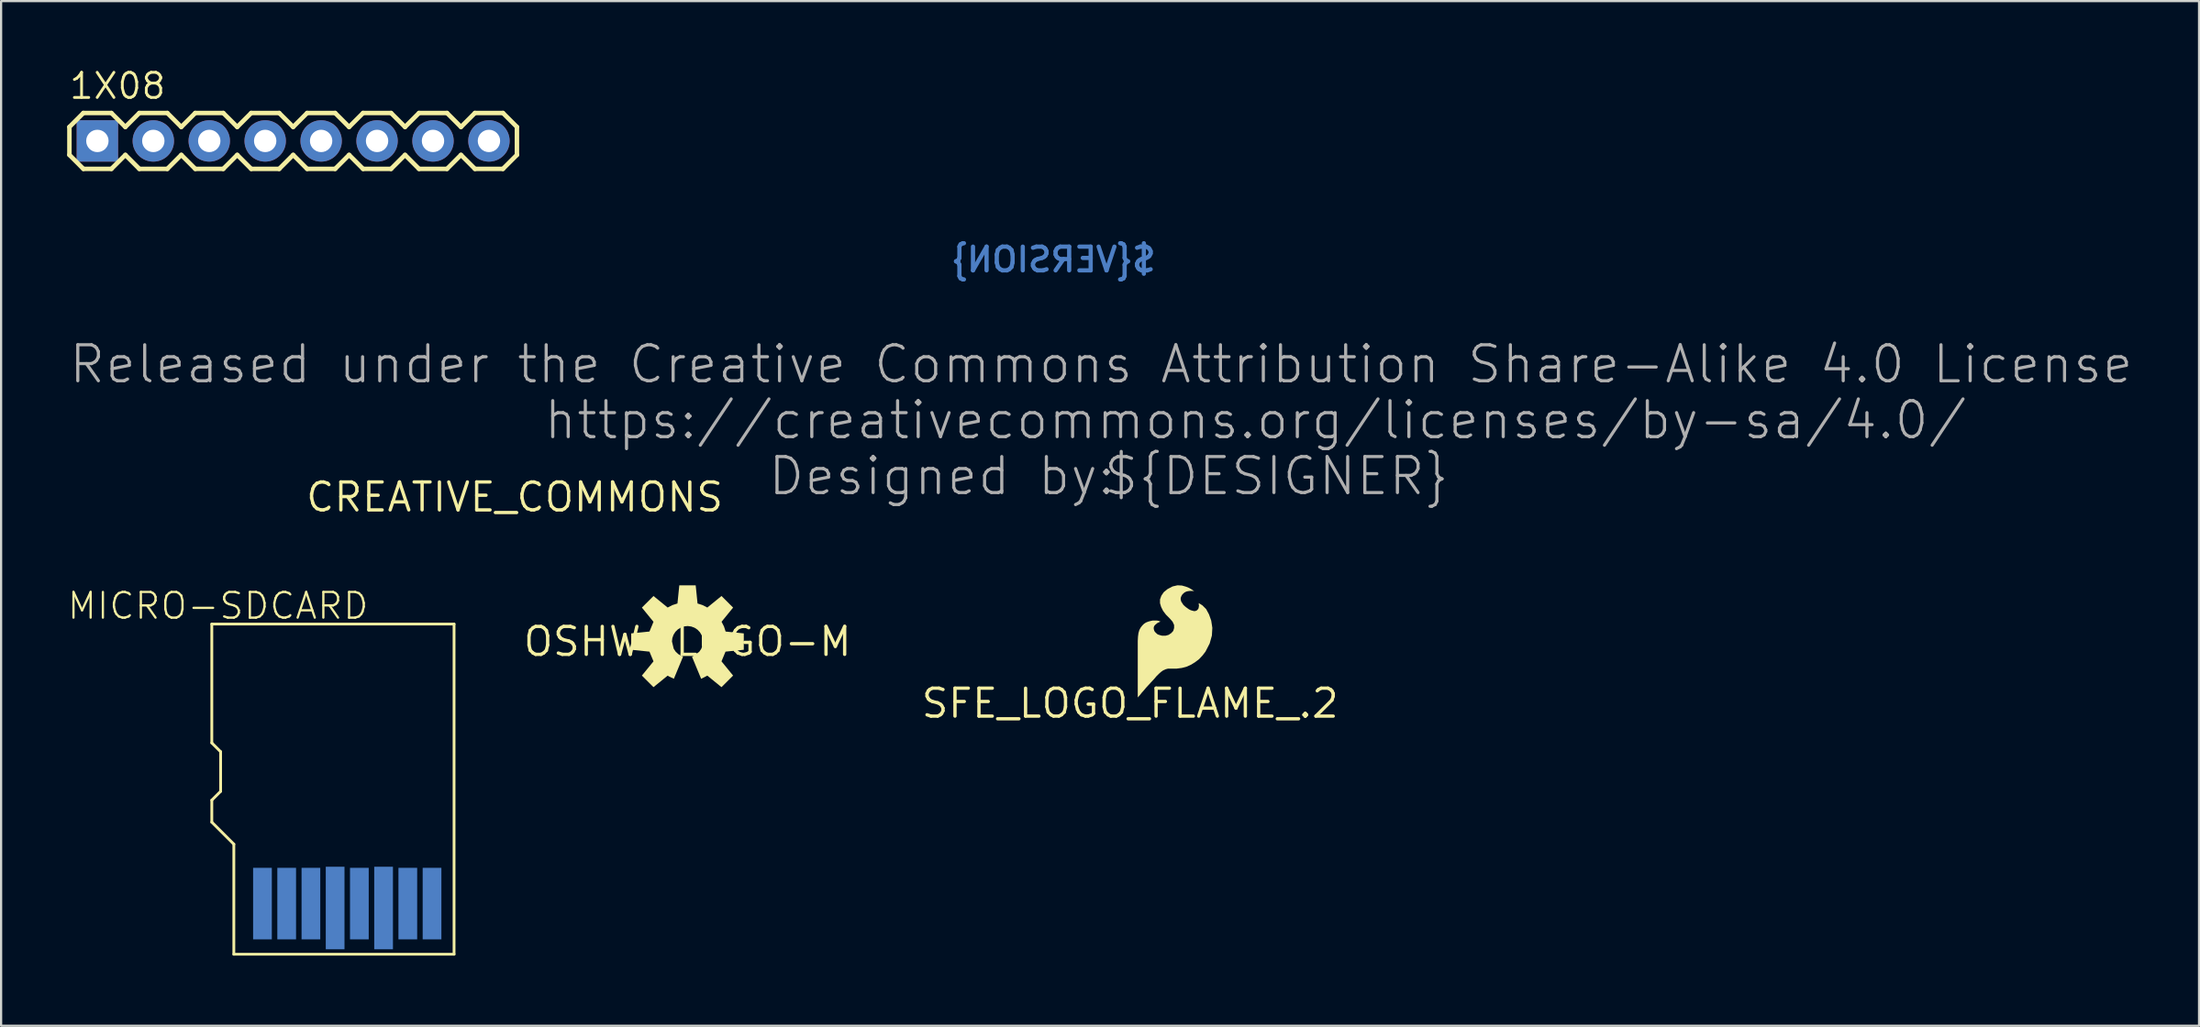
<source format=kicad_pcb>
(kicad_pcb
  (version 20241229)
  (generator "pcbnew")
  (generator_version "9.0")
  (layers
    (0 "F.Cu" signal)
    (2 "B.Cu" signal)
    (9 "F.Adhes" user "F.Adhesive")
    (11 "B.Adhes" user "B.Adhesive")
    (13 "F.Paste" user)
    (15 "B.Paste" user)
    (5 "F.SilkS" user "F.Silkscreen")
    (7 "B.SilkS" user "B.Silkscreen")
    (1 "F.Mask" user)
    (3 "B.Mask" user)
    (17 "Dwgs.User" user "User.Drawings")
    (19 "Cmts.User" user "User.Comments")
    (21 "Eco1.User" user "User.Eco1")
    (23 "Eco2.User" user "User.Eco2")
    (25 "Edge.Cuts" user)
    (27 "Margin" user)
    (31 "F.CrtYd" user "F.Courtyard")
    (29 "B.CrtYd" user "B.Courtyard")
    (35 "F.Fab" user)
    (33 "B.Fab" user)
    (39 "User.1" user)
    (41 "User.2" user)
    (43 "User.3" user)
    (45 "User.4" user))
  (footprint "SFE_LOGO_FLAME_.2"
    (layer "F.Cu")
    (at 48.267 28.904)
    (property "Reference" "SFE_LOGO_FLAME_.2" (at 0 0 0) (layer "F.SilkS") (effects (font (size 1.27 1.27) (thickness 0.15))))
    (fp_poly (pts (xy 2.35 -5.353) (xy 2.531 -5.302) (xy 2.681 -5.242) (xy 2.801 -5.172) (xy 2.871 -5.122) (xy 2.908 -5.097) (xy 2.89 -5.097) (xy 2.85 -5.107) (xy 2.72 -5.107) (xy 2.63 -5.097) (xy 2.551 -5.078) (xy 2.471 -5.038) (xy 2.392 -4.968) (xy 2.352 -4.919) (xy 2.322 -4.859) (xy 2.302 -4.809) (xy 2.293 -4.75) (xy 2.302 -4.691) (xy 2.322 -4.621) (xy 2.362 -4.561) (xy 2.412 -4.482) (xy 2.462 -4.432) (xy 2.532 -4.372) (xy 2.601 -4.322) (xy 2.671 -4.272) (xy 2.751 -4.232) (xy 2.821 -4.212) (xy 2.89 -4.193) (xy 2.959 -4.193) (xy 3.029 -4.222) (xy 3.078 -4.272) (xy 3.108 -4.321) (xy 3.117 -4.38) (xy 3.127 -4.44) (xy 3.117 -4.49) (xy 3.117 -4.555) (xy 3.282 -4.452) (xy 3.452 -4.282) (xy 3.582 -4.041) (xy 3.682 -3.761) (xy 3.733 -3.43) (xy 3.713 -3.08) (xy 3.612 -2.719) (xy 3.422 -2.349) (xy 3.282 -2.168) (xy 3.132 -2.008) (xy 2.961 -1.878) (xy 2.771 -1.758) (xy 2.571 -1.668) (xy 2.35 -1.608) (xy 2.11 -1.577) (xy 1.72 -1.577) (xy 1.611 -1.548) (xy 1.501 -1.498) (xy 1.402 -1.428) (xy 1.302 -1.338) (xy 1.192 -1.228) (xy 1.082 -1.098) (xy 0.952 -0.958) (xy 0.832 -0.828) (xy 0.722 -0.708) (xy 0.622 -0.588) (xy 0.532 -0.488) (xy 0.462 -0.398) (xy 0.402 -0.328) (xy 0.362 -0.288) (xy 0.347 -0.259) (xy 0.347 -2.84) (xy 0.357 -3.03) (xy 0.378 -3.191) (xy 0.418 -3.331) (xy 0.478 -3.441) (xy 0.548 -3.532) (xy 0.628 -3.612) (xy 0.719 -3.672) (xy 0.819 -3.712) (xy 0.929 -3.742) (xy 1.03 -3.763) (xy 1.21 -3.763) (xy 1.281 -3.752) (xy 1.331 -3.732) (xy 1.36 -3.723) (xy 1.376 -3.723) (xy 1.362 -3.708) (xy 1.341 -3.698) (xy 1.301 -3.678) (xy 1.251 -3.658) (xy 1.212 -3.628) (xy 1.162 -3.588) (xy 1.122 -3.548) (xy 1.092 -3.509) (xy 1.073 -3.45) (xy 1.073 -3.38) (xy 1.092 -3.311) (xy 1.122 -3.252) (xy 1.182 -3.192) (xy 1.251 -3.132) (xy 1.341 -3.102) (xy 1.45 -3.073) (xy 1.61 -3.073) (xy 1.749 -3.112) (xy 1.868 -3.192) (xy 1.958 -3.291) (xy 1.997 -3.42) (xy 1.997 -3.559) (xy 1.928 -3.709) (xy 1.798 -3.858) (xy 1.628 -4.028) (xy 1.498 -4.199) (xy 1.408 -4.379) (xy 1.357 -4.55) (xy 1.357 -4.72) (xy 1.418 -4.891) (xy 1.528 -5.052) (xy 1.699 -5.192) (xy 1.929 -5.312) (xy 2.15 -5.363)) (stroke (width 0) (type default)) (fill yes) (layer "F.SilkS")))
  (footprint "MICRO-SDCARD"
    (layer "F.Cu")
    (at 7.408 40.302)
    (property "Reference" "MICRO-SDCARD" (at 6.35 -16.51 0) (layer "F.SilkS") (effects (font (size 1.168 1.168) (thickness 0.102)) (justify right top)))
    (fp_line (start -0.84 -15) (end -0.84 -9.6) (stroke (width 0.127) (type solid)) (layer "F.SilkS"))
    (fp_line (start -0.84 -9.6) (end -0.44 -9.2) (stroke (width 0.127) (type solid)) (layer "F.SilkS"))
    (fp_line (start -0.84 -7) (end -0.84 -6) (stroke (width 0.127) (type solid)) (layer "F.SilkS"))
    (fp_line (start -0.84 -6) (end 0.16 -5) (stroke (width 0.127) (type solid)) (layer "F.SilkS"))
    (fp_line (start -0.44 -9.2) (end -0.44 -7.4) (stroke (width 0.127) (type solid)) (layer "F.SilkS"))
    (fp_line (start -0.44 -7.4) (end -0.84 -7) (stroke (width 0.127) (type solid)) (layer "F.SilkS"))
    (fp_line (start 0.16 -5) (end 0.16 0) (stroke (width 0.127) (type solid)) (layer "F.SilkS"))
    (fp_line (start 0.16 0) (end 10.16 0) (stroke (width 0.127) (type solid)) (layer "F.SilkS"))
    (fp_line (start 10.16 -15) (end -0.84 -15) (stroke (width 0.127) (type solid)) (layer "F.SilkS"))
    (fp_line (start 10.16 0) (end 10.16 -15) (stroke (width 0.127) (type solid)) (layer "F.SilkS"))
    (pad "CD/DAT3" smd rect (at 2.56 -2.3) (size 0.85 3.25) (layers "B.Cu" "B.Mask" "B.Paste"))
    (pad "CLK" smd rect (at 5.86 -2.3) (size 0.85 3.25) (layers "B.Cu" "B.Mask" "B.Paste"))
    (pad "CMD" smd rect (at 3.66 -2.3) (size 0.85 3.25) (layers "B.Cu" "B.Mask" "B.Paste"))
    (pad "DAT0" smd rect (at 8.06 -2.3) (size 0.85 3.25) (layers "B.Cu" "B.Mask" "B.Paste"))
    (pad "DAT1" smd rect (at 9.16 -2.3) (size 0.85 3.25) (layers "B.Cu" "B.Mask" "B.Paste"))
    (pad "DAT2" smd rect (at 1.46 -2.3) (size 0.85 3.25) (layers "B.Cu" "B.Mask" "B.Paste"))
    (pad "GND" smd rect (at 6.96 -2.1 180) (size 0.85 3.75) (layers "B.Cu" "B.Mask" "B.Paste"))
    (pad "VCC" smd rect (at 4.76 -2.1) (size 0.85 3.75) (layers "B.Cu" "B.Mask" "B.Paste")))
  (footprint "OSHW-LOGO-M"
    (layer "F.Cu")
    (at 28.168 26.098)
    (property "Reference" "OSHW-LOGO-M" (at 0 0 0) (layer "F.SilkS") (effects (font (size 1.27 1.27) (thickness 0.15))))
    (fp_poly (pts (xy 0.456 -1.731) (xy 0.687 -1.657) (xy 0.901 -1.547) (xy 1.544 -2.071) (xy 2.071 -1.544) (xy 1.547 -0.901) (xy 1.657 -0.687) (xy 1.731 -0.456) (xy 2.556 -0.372) (xy 2.556 0.372) (xy 1.727 0.457) (xy 1.544 0.898) (xy 2.071 1.544) (xy 1.544 2.071) (xy 0.901 1.547) (xy 0.62 1.692) (xy 0.207 0.695) (xy 0.532 0.464) (xy 0.621 0.336) (xy 0.68 0.187) (xy 0.705 0.029) (xy 0.694 -0.131) (xy 0.646 -0.284) (xy 0.566 -0.422) (xy 0.456 -0.539) (xy 0.323 -0.628) (xy 0.173 -0.684) (xy 0.015 -0.706) (xy -0.145 -0.691) (xy -0.297 -0.64) (xy -0.434 -0.557) (xy -0.548 -0.445) (xy -0.634 -0.31) (xy -0.688 -0.159) (xy -0.705 -0.005) (xy -0.626 0.324) (xy -0.537 0.458) (xy -0.415 0.571) (xy -0.204 0.689) (xy -0.618 1.689) (xy -0.821 1.595) (xy -0.903 1.548) (xy -1.544 2.071) (xy -2.071 1.544) (xy -1.544 0.898) (xy -1.727 0.457) (xy -2.556 0.372) (xy -2.556 -0.372) (xy -1.727 -0.457) (xy -1.544 -0.898) (xy -2.071 -1.544) (xy -1.544 -2.071) (xy -0.901 -1.547) (xy -0.687 -1.657) (xy -0.456 -1.731) (xy -0.372 -2.556) (xy 0.372 -2.556)) (stroke (width 0) (type default)) (fill yes) (layer "F.SilkS")))
  (footprint "CREATIVE_COMMONS"
    (layer "F.Cu")
    (at 20.32 19.535)
    (property "Reference" "CREATIVE_COMMONS" (at 0 0 0) (layer "F.SilkS") (effects (font (size 1.27 1.27) (thickness 0.15))))
    (fp_text user "${VERSION}" (at 29.21 -10.16 0) (layer "B.Cu") (effects (font (size 1.079 1.079) (thickness 0.191)) (justify left bottom mirror)))
    (fp_text user " https://creativecommons.org/licenses/by-sa/4.0/" (at 0 -2.54 0) (layer "F.Fab") (effects (font (size 1.636 1.636) (thickness 0.142)) (justify left bottom)))
    (fp_text user "Designed by:" (at 11.43 0 0) (layer "F.Fab") (effects (font (size 1.636 1.636) (thickness 0.142)) (justify left bottom)))
    (fp_text user "${DESIGNER}" (at 26.67 0 0) (layer "F.Fab") (effects (font (size 1.636 1.636) (thickness 0.142)) (justify left bottom)))
    (fp_text user "Released under the Creative Commons Attribution Share-Alike 4.0 License" (at -20.32 -5.08 0) (layer "F.Fab") (effects (font (size 1.636 1.636) (thickness 0.142)) (justify left bottom))))
  (footprint "1X08"
    (layer "F.Cu")
    (at 1.372 3.353)
    (property "Reference" "1X08" (at -1.346 -1.829 0) (layer "F.SilkS") (effects (font (size 1.143 1.143) (thickness 0.127)) (justify left bottom)))
    (fp_line (start -1.27 -0.635) (end -1.27 0.635) (stroke (width 0.203) (type solid)) (layer "F.SilkS"))
    (fp_line (start -1.27 0.635) (end -0.635 1.27) (stroke (width 0.203) (type solid)) (layer "F.SilkS"))
    (fp_line (start -0.635 -1.27) (end -1.27 -0.635) (stroke (width 0.203) (type solid)) (layer "F.SilkS"))
    (fp_line (start -0.635 -1.27) (end 0.635 -1.27) (stroke (width 0.203) (type solid)) (layer "F.SilkS"))
    (fp_line (start 0.635 -1.27) (end 1.27 -0.635) (stroke (width 0.203) (type solid)) (layer "F.SilkS"))
    (fp_line (start 0.635 1.27) (end -0.635 1.27) (stroke (width 0.203) (type solid)) (layer "F.SilkS"))
    (fp_line (start 1.27 -0.635) (end 1.905 -1.27) (stroke (width 0.203) (type solid)) (layer "F.SilkS"))
    (fp_line (start 1.27 0.635) (end 0.635 1.27) (stroke (width 0.203) (type solid)) (layer "F.SilkS"))
    (fp_line (start 1.905 -1.27) (end 3.175 -1.27) (stroke (width 0.203) (type solid)) (layer "F.SilkS"))
    (fp_line (start 1.905 1.27) (end 1.27 0.635) (stroke (width 0.203) (type solid)) (layer "F.SilkS"))
    (fp_line (start 3.175 -1.27) (end 3.81 -0.635) (stroke (width 0.203) (type solid)) (layer "F.SilkS"))
    (fp_line (start 3.175 1.27) (end 1.905 1.27) (stroke (width 0.203) (type solid)) (layer "F.SilkS"))
    (fp_line (start 3.81 -0.635) (end 4.445 -1.27) (stroke (width 0.203) (type solid)) (layer "F.SilkS"))
    (fp_line (start 3.81 0.635) (end 3.175 1.27) (stroke (width 0.203) (type solid)) (layer "F.SilkS"))
    (fp_line (start 4.445 -1.27) (end 5.715 -1.27) (stroke (width 0.203) (type solid)) (layer "F.SilkS"))
    (fp_line (start 4.445 1.27) (end 3.81 0.635) (stroke (width 0.203) (type solid)) (layer "F.SilkS"))
    (fp_line (start 5.715 -1.27) (end 6.35 -0.635) (stroke (width 0.203) (type solid)) (layer "F.SilkS"))
    (fp_line (start 5.715 1.27) (end 4.445 1.27) (stroke (width 0.203) (type solid)) (layer "F.SilkS"))
    (fp_line (start 6.35 0.635) (end 5.715 1.27) (stroke (width 0.203) (type solid)) (layer "F.SilkS"))
    (fp_line (start 6.35 0.635) (end 6.985 1.27) (stroke (width 0.203) (type solid)) (layer "F.SilkS"))
    (fp_line (start 6.985 -1.27) (end 6.35 -0.635) (stroke (width 0.203) (type solid)) (layer "F.SilkS"))
    (fp_line (start 6.985 -1.27) (end 8.255 -1.27) (stroke (width 0.203) (type solid)) (layer "F.SilkS"))
    (fp_line (start 8.255 -1.27) (end 8.89 -0.635) (stroke (width 0.203) (type solid)) (layer "F.SilkS"))
    (fp_line (start 8.255 1.27) (end 6.985 1.27) (stroke (width 0.203) (type solid)) (layer "F.SilkS"))
    (fp_line (start 8.89 -0.635) (end 9.525 -1.27) (stroke (width 0.203) (type solid)) (layer "F.SilkS"))
    (fp_line (start 8.89 0.635) (end 8.255 1.27) (stroke (width 0.203) (type solid)) (layer "F.SilkS"))
    (fp_line (start 9.525 -1.27) (end 10.795 -1.27) (stroke (width 0.203) (type solid)) (layer "F.SilkS"))
    (fp_line (start 9.525 1.27) (end 8.89 0.635) (stroke (width 0.203) (type solid)) (layer "F.SilkS"))
    (fp_line (start 10.795 -1.27) (end 11.43 -0.635) (stroke (width 0.203) (type solid)) (layer "F.SilkS"))
    (fp_line (start 10.795 1.27) (end 9.525 1.27) (stroke (width 0.203) (type solid)) (layer "F.SilkS"))
    (fp_line (start 11.43 -0.635) (end 12.065 -1.27) (stroke (width 0.203) (type solid)) (layer "F.SilkS"))
    (fp_line (start 11.43 0.635) (end 10.795 1.27) (stroke (width 0.203) (type solid)) (layer "F.SilkS"))
    (fp_line (start 12.065 -1.27) (end 13.335 -1.27) (stroke (width 0.203) (type solid)) (layer "F.SilkS"))
    (fp_line (start 12.065 1.27) (end 11.43 0.635) (stroke (width 0.203) (type solid)) (layer "F.SilkS"))
    (fp_line (start 13.335 -1.27) (end 13.97 -0.635) (stroke (width 0.203) (type solid)) (layer "F.SilkS"))
    (fp_line (start 13.335 1.27) (end 12.065 1.27) (stroke (width 0.203) (type solid)) (layer "F.SilkS"))
    (fp_line (start 13.97 0.635) (end 13.335 1.27) (stroke (width 0.203) (type solid)) (layer "F.SilkS"))
    (fp_line (start 13.97 0.635) (end 14.605 1.27) (stroke (width 0.203) (type solid)) (layer "F.SilkS"))
    (fp_line (start 14.605 -1.27) (end 13.97 -0.635) (stroke (width 0.203) (type solid)) (layer "F.SilkS"))
    (fp_line (start 14.605 -1.27) (end 15.875 -1.27) (stroke (width 0.203) (type solid)) (layer "F.SilkS"))
    (fp_line (start 15.875 -1.27) (end 16.51 -0.635) (stroke (width 0.203) (type solid)) (layer "F.SilkS"))
    (fp_line (start 15.875 1.27) (end 14.605 1.27) (stroke (width 0.203) (type solid)) (layer "F.SilkS"))
    (fp_line (start 16.51 0.635) (end 15.875 1.27) (stroke (width 0.203) (type solid)) (layer "F.SilkS"))
    (fp_line (start 16.51 0.635) (end 17.145 1.27) (stroke (width 0.203) (type solid)) (layer "F.SilkS"))
    (fp_line (start 17.145 -1.27) (end 16.51 -0.635) (stroke (width 0.203) (type solid)) (layer "F.SilkS"))
    (fp_line (start 17.145 -1.27) (end 18.415 -1.27) (stroke (width 0.203) (type solid)) (layer "F.SilkS"))
    (fp_line (start 18.415 -1.27) (end 19.05 -0.635) (stroke (width 0.203) (type solid)) (layer "F.SilkS"))
    (fp_line (start 18.415 1.27) (end 17.145 1.27) (stroke (width 0.203) (type solid)) (layer "F.SilkS"))
    (fp_line (start 19.05 -0.635) (end 19.05 0.635) (stroke (width 0.203) (type solid)) (layer "F.SilkS"))
    (fp_line (start 19.05 0.635) (end 18.415 1.27) (stroke (width 0.203) (type solid)) (layer "F.SilkS"))
    (fp_poly (pts (xy -0.254 0.254) (xy 0.254 0.254) (xy 0.254 -0.254) (xy -0.254 -0.254)) (stroke (width 0.1) (type default)) (fill no) (layer "F.Fab"))
    (fp_poly (pts (xy 2.286 0.254) (xy 2.794 0.254) (xy 2.794 -0.254) (xy 2.286 -0.254)) (stroke (width 0.1) (type default)) (fill no) (layer "F.Fab"))
    (fp_poly (pts (xy 4.826 0.254) (xy 5.334 0.254) (xy 5.334 -0.254) (xy 4.826 -0.254)) (stroke (width 0.1) (type default)) (fill no) (layer "F.Fab"))
    (fp_poly (pts (xy 7.366 0.254) (xy 7.874 0.254) (xy 7.874 -0.254) (xy 7.366 -0.254)) (stroke (width 0.1) (type default)) (fill no) (layer "F.Fab"))
    (fp_poly (pts (xy 9.906 0.254) (xy 10.414 0.254) (xy 10.414 -0.254) (xy 9.906 -0.254)) (stroke (width 0.1) (type default)) (fill no) (layer "F.Fab"))
    (fp_poly (pts (xy 12.446 0.254) (xy 12.954 0.254) (xy 12.954 -0.254) (xy 12.446 -0.254)) (stroke (width 0.1) (type default)) (fill no) (layer "F.Fab"))
    (fp_poly (pts (xy 14.986 0.254) (xy 15.494 0.254) (xy 15.494 -0.254) (xy 14.986 -0.254)) (stroke (width 0.1) (type default)) (fill no) (layer "F.Fab"))
    (fp_poly (pts (xy 17.526 0.254) (xy 18.034 0.254) (xy 18.034 -0.254) (xy 17.526 -0.254)) (stroke (width 0.1) (type default)) (fill no) (layer "F.Fab"))
    (pad "1" thru_hole rect (at 0 0 90) (size 1.88 1.88) (drill 1.016) (layers "*.Cu" "*.Mask"))
    (pad "2" thru_hole circle (at 2.54 0 90) (size 1.88 1.88) (drill 1.016) (layers "*.Cu" "*.Mask"))
    (pad "3" thru_hole circle (at 5.08 0 90) (size 1.88 1.88) (drill 1.016) (layers "*.Cu" "*.Mask"))
    (pad "4" thru_hole circle (at 7.62 0 90) (size 1.88 1.88) (drill 1.016) (layers "*.Cu" "*.Mask"))
    (pad "5" thru_hole circle (at 10.16 0 90) (size 1.88 1.88) (drill 1.016) (layers "*.Cu" "*.Mask"))
    (pad "6" thru_hole circle (at 12.7 0 90) (size 1.88 1.88) (drill 1.016) (layers "*.Cu" "*.Mask"))
    (pad "7" thru_hole circle (at 15.24 0 90) (size 1.88 1.88) (drill 1.016) (layers "*.Cu" "*.Mask"))
    (pad "8" thru_hole circle (at 17.78 0 90) (size 1.88 1.88) (drill 1.016) (layers "*.Cu" "*.Mask")))
  (gr_rect
    (start -3 -3)
    (end 96.805 43.552)
    (stroke (width 0.1) (type default))
    (fill no)
    (layer "Edge.Cuts")))
</source>
